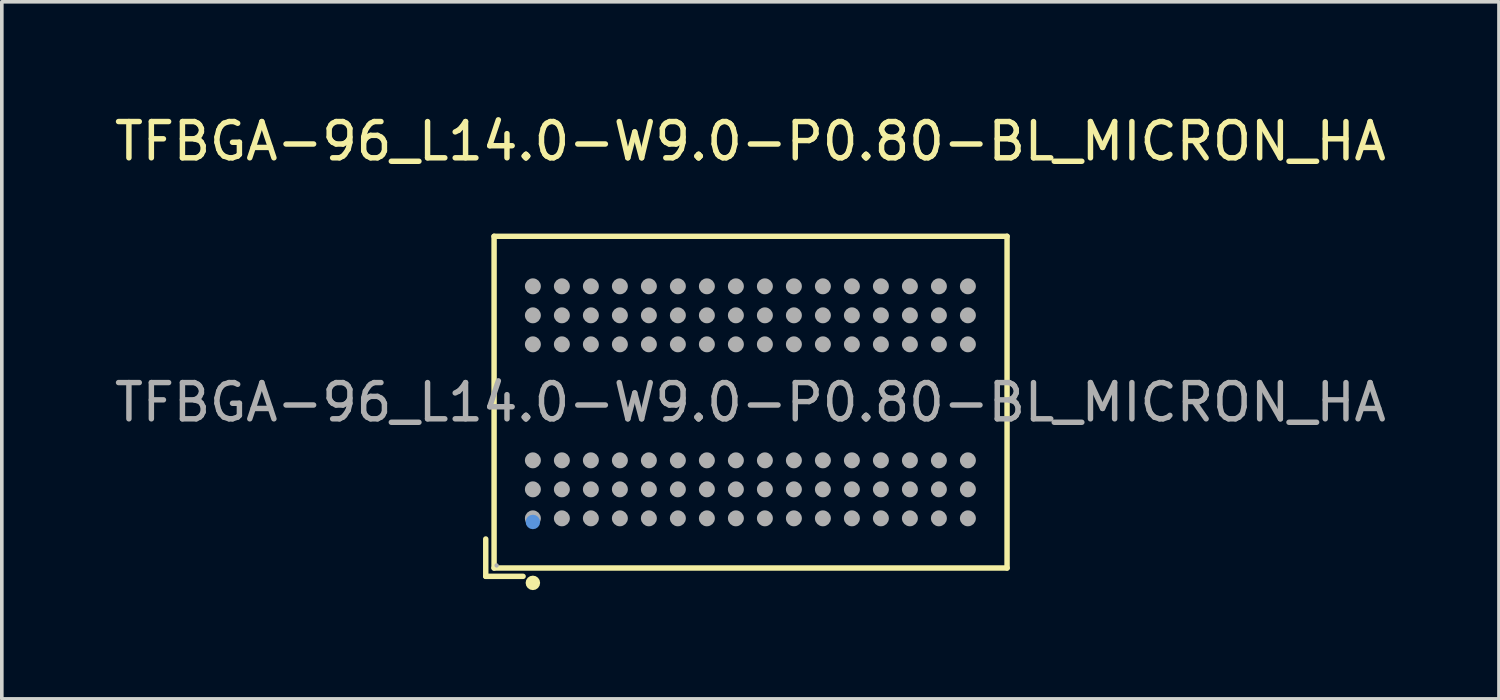
<source format=kicad_pcb>
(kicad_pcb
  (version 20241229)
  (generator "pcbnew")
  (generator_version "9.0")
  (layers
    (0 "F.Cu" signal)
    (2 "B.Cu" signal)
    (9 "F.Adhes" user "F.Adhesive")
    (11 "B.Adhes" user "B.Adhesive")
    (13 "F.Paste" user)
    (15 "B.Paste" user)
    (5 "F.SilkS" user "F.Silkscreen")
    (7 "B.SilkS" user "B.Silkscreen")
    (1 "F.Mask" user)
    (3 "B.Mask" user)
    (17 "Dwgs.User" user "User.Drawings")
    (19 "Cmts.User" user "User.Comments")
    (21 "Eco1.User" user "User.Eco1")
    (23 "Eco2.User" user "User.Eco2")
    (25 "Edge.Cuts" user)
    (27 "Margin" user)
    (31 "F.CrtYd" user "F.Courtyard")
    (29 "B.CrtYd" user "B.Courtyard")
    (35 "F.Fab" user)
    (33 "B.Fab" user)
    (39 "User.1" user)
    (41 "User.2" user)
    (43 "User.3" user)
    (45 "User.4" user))
  (footprint "TFBGA-96_L14.0-W9.0-P0.80-BL_MICRON_HA"
    (layer "F.Cu")
    (at 17.649 8.048)
    (property "Reference" "TFBGA-96_L14.0-W9.0-P0.80-BL_MICRON_HA" (at 0 -7.2 0) (layer "F.SilkS") (effects (font (size 1 1) (thickness 0.15))))
    (attr through_hole)
    (fp_line (start -7.3 3.77) (end -7.3 4.8) (stroke (width 0.15) (type solid)) (layer "F.SilkS"))
    (fp_line (start -7.3 4.8) (end -6.27 4.8) (stroke (width 0.15) (type solid)) (layer "F.SilkS"))
    (fp_line (start -7.07 -4.58) (end 7.08 -4.58) (stroke (width 0.15) (type solid)) (layer "F.SilkS"))
    (fp_line (start -7.07 4.57) (end -7.07 -4.58) (stroke (width 0.15) (type solid)) (layer "F.SilkS"))
    (fp_line (start 7.08 -4.58) (end 7.08 4.57) (stroke (width 0.15) (type solid)) (layer "F.SilkS"))
    (fp_line (start 7.08 4.57) (end -7.07 4.57) (stroke (width 0.15) (type solid)) (layer "F.SilkS"))
    (fp_circle (center -6 4.98) (end -5.9 4.98) (stroke (width 0.2) (type solid)) (fill no) (layer "F.SilkS"))
    (fp_circle (center -6 3.3) (end -5.9 3.3) (stroke (width 0.2) (type solid)) (fill no) (layer "Cmts.User"))
    (fp_circle (center -7 4.5) (end -6.97 4.5) (stroke (width 0.06) (type solid)) (fill no) (layer "F.Fab"))
    (fp_circle (center -6 -3.2) (end -5.89 -3.2) (stroke (width 0.22) (type solid)) (fill no) (layer "F.Fab"))
    (fp_circle (center -6 -2.4) (end -5.89 -2.4) (stroke (width 0.22) (type solid)) (fill no) (layer "F.Fab"))
    (fp_circle (center -6 -1.6) (end -5.89 -1.6) (stroke (width 0.22) (type solid)) (fill no) (layer "F.Fab"))
    (fp_circle (center -6 1.6) (end -5.89 1.6) (stroke (width 0.22) (type solid)) (fill no) (layer "F.Fab"))
    (fp_circle (center -6 2.4) (end -5.89 2.4) (stroke (width 0.22) (type solid)) (fill no) (layer "F.Fab"))
    (fp_circle (center -6 3.2) (end -5.89 3.2) (stroke (width 0.22) (type solid)) (fill no) (layer "F.Fab"))
    (fp_circle (center -5.2 -3.2) (end -5.09 -3.2) (stroke (width 0.22) (type solid)) (fill no) (layer "F.Fab"))
    (fp_circle (center -5.2 -2.4) (end -5.09 -2.4) (stroke (width 0.22) (type solid)) (fill no) (layer "F.Fab"))
    (fp_circle (center -5.2 -1.6) (end -5.09 -1.6) (stroke (width 0.22) (type solid)) (fill no) (layer "F.Fab"))
    (fp_circle (center -5.2 1.6) (end -5.09 1.6) (stroke (width 0.22) (type solid)) (fill no) (layer "F.Fab"))
    (fp_circle (center -5.2 2.4) (end -5.09 2.4) (stroke (width 0.22) (type solid)) (fill no) (layer "F.Fab"))
    (fp_circle (center -5.2 3.2) (end -5.09 3.2) (stroke (width 0.22) (type solid)) (fill no) (layer "F.Fab"))
    (fp_circle (center -4.4 -3.2) (end -4.29 -3.2) (stroke (width 0.22) (type solid)) (fill no) (layer "F.Fab"))
    (fp_circle (center -4.4 -2.4) (end -4.29 -2.4) (stroke (width 0.22) (type solid)) (fill no) (layer "F.Fab"))
    (fp_circle (center -4.4 -1.6) (end -4.29 -1.6) (stroke (width 0.22) (type solid)) (fill no) (layer "F.Fab"))
    (fp_circle (center -4.4 1.6) (end -4.29 1.6) (stroke (width 0.22) (type solid)) (fill no) (layer "F.Fab"))
    (fp_circle (center -4.4 2.4) (end -4.29 2.4) (stroke (width 0.22) (type solid)) (fill no) (layer "F.Fab"))
    (fp_circle (center -4.4 3.2) (end -4.29 3.2) (stroke (width 0.22) (type solid)) (fill no) (layer "F.Fab"))
    (fp_circle (center -3.6 -3.2) (end -3.49 -3.2) (stroke (width 0.22) (type solid)) (fill no) (layer "F.Fab"))
    (fp_circle (center -3.6 -2.4) (end -3.49 -2.4) (stroke (width 0.22) (type solid)) (fill no) (layer "F.Fab"))
    (fp_circle (center -3.6 -1.6) (end -3.49 -1.6) (stroke (width 0.22) (type solid)) (fill no) (layer "F.Fab"))
    (fp_circle (center -3.6 1.6) (end -3.49 1.6) (stroke (width 0.22) (type solid)) (fill no) (layer "F.Fab"))
    (fp_circle (center -3.6 2.4) (end -3.49 2.4) (stroke (width 0.22) (type solid)) (fill no) (layer "F.Fab"))
    (fp_circle (center -3.6 3.2) (end -3.49 3.2) (stroke (width 0.22) (type solid)) (fill no) (layer "F.Fab"))
    (fp_circle (center -2.8 -3.2) (end -2.69 -3.2) (stroke (width 0.22) (type solid)) (fill no) (layer "F.Fab"))
    (fp_circle (center -2.8 -2.4) (end -2.69 -2.4) (stroke (width 0.22) (type solid)) (fill no) (layer "F.Fab"))
    (fp_circle (center -2.8 -1.6) (end -2.69 -1.6) (stroke (width 0.22) (type solid)) (fill no) (layer "F.Fab"))
    (fp_circle (center -2.8 1.6) (end -2.69 1.6) (stroke (width 0.22) (type solid)) (fill no) (layer "F.Fab"))
    (fp_circle (center -2.8 2.4) (end -2.69 2.4) (stroke (width 0.22) (type solid)) (fill no) (layer "F.Fab"))
    (fp_circle (center -2.8 3.2) (end -2.69 3.2) (stroke (width 0.22) (type solid)) (fill no) (layer "F.Fab"))
    (fp_circle (center -2 -3.2) (end -1.89 -3.2) (stroke (width 0.22) (type solid)) (fill no) (layer "F.Fab"))
    (fp_circle (center -2 -2.4) (end -1.89 -2.4) (stroke (width 0.22) (type solid)) (fill no) (layer "F.Fab"))
    (fp_circle (center -2 -1.6) (end -1.89 -1.6) (stroke (width 0.22) (type solid)) (fill no) (layer "F.Fab"))
    (fp_circle (center -2 1.6) (end -1.89 1.6) (stroke (width 0.22) (type solid)) (fill no) (layer "F.Fab"))
    (fp_circle (center -2 2.4) (end -1.89 2.4) (stroke (width 0.22) (type solid)) (fill no) (layer "F.Fab"))
    (fp_circle (center -2 3.2) (end -1.89 3.2) (stroke (width 0.22) (type solid)) (fill no) (layer "F.Fab"))
    (fp_circle (center -1.2 -3.2) (end -1.09 -3.2) (stroke (width 0.22) (type solid)) (fill no) (layer "F.Fab"))
    (fp_circle (center -1.2 -2.4) (end -1.09 -2.4) (stroke (width 0.22) (type solid)) (fill no) (layer "F.Fab"))
    (fp_circle (center -1.2 -1.6) (end -1.09 -1.6) (stroke (width 0.22) (type solid)) (fill no) (layer "F.Fab"))
    (fp_circle (center -1.2 1.6) (end -1.09 1.6) (stroke (width 0.22) (type solid)) (fill no) (layer "F.Fab"))
    (fp_circle (center -1.2 2.4) (end -1.09 2.4) (stroke (width 0.22) (type solid)) (fill no) (layer "F.Fab"))
    (fp_circle (center -1.2 3.2) (end -1.09 3.2) (stroke (width 0.22) (type solid)) (fill no) (layer "F.Fab"))
    (fp_circle (center -0.4 -3.2) (end -0.29 -3.2) (stroke (width 0.22) (type solid)) (fill no) (layer "F.Fab"))
    (fp_circle (center -0.4 -2.4) (end -0.29 -2.4) (stroke (width 0.22) (type solid)) (fill no) (layer "F.Fab"))
    (fp_circle (center -0.4 -1.6) (end -0.29 -1.6) (stroke (width 0.22) (type solid)) (fill no) (layer "F.Fab"))
    (fp_circle (center -0.4 1.6) (end -0.29 1.6) (stroke (width 0.22) (type solid)) (fill no) (layer "F.Fab"))
    (fp_circle (center -0.4 2.4) (end -0.29 2.4) (stroke (width 0.22) (type solid)) (fill no) (layer "F.Fab"))
    (fp_circle (center -0.4 3.2) (end -0.29 3.2) (stroke (width 0.22) (type solid)) (fill no) (layer "F.Fab"))
    (fp_circle (center 0.4 -3.2) (end 0.51 -3.2) (stroke (width 0.22) (type solid)) (fill no) (layer "F.Fab"))
    (fp_circle (center 0.4 -2.4) (end 0.51 -2.4) (stroke (width 0.22) (type solid)) (fill no) (layer "F.Fab"))
    (fp_circle (center 0.4 -1.6) (end 0.51 -1.6) (stroke (width 0.22) (type solid)) (fill no) (layer "F.Fab"))
    (fp_circle (center 0.4 1.6) (end 0.51 1.6) (stroke (width 0.22) (type solid)) (fill no) (layer "F.Fab"))
    (fp_circle (center 0.4 2.4) (end 0.51 2.4) (stroke (width 0.22) (type solid)) (fill no) (layer "F.Fab"))
    (fp_circle (center 0.4 3.2) (end 0.51 3.2) (stroke (width 0.22) (type solid)) (fill no) (layer "F.Fab"))
    (fp_circle (center 1.2 -3.2) (end 1.31 -3.2) (stroke (width 0.22) (type solid)) (fill no) (layer "F.Fab"))
    (fp_circle (center 1.2 -2.4) (end 1.31 -2.4) (stroke (width 0.22) (type solid)) (fill no) (layer "F.Fab"))
    (fp_circle (center 1.2 -1.6) (end 1.31 -1.6) (stroke (width 0.22) (type solid)) (fill no) (layer "F.Fab"))
    (fp_circle (center 1.2 1.6) (end 1.31 1.6) (stroke (width 0.22) (type solid)) (fill no) (layer "F.Fab"))
    (fp_circle (center 1.2 2.4) (end 1.31 2.4) (stroke (width 0.22) (type solid)) (fill no) (layer "F.Fab"))
    (fp_circle (center 1.2 3.2) (end 1.31 3.2) (stroke (width 0.22) (type solid)) (fill no) (layer "F.Fab"))
    (fp_circle (center 2 -3.2) (end 2.11 -3.2) (stroke (width 0.22) (type solid)) (fill no) (layer "F.Fab"))
    (fp_circle (center 2 -2.4) (end 2.11 -2.4) (stroke (width 0.22) (type solid)) (fill no) (layer "F.Fab"))
    (fp_circle (center 2 -1.6) (end 2.11 -1.6) (stroke (width 0.22) (type solid)) (fill no) (layer "F.Fab"))
    (fp_circle (center 2 1.6) (end 2.11 1.6) (stroke (width 0.22) (type solid)) (fill no) (layer "F.Fab"))
    (fp_circle (center 2 2.4) (end 2.11 2.4) (stroke (width 0.22) (type solid)) (fill no) (layer "F.Fab"))
    (fp_circle (center 2 3.2) (end 2.11 3.2) (stroke (width 0.22) (type solid)) (fill no) (layer "F.Fab"))
    (fp_circle (center 2.8 -3.2) (end 2.91 -3.2) (stroke (width 0.22) (type solid)) (fill no) (layer "F.Fab"))
    (fp_circle (center 2.8 -2.4) (end 2.91 -2.4) (stroke (width 0.22) (type solid)) (fill no) (layer "F.Fab"))
    (fp_circle (center 2.8 -1.6) (end 2.91 -1.6) (stroke (width 0.22) (type solid)) (fill no) (layer "F.Fab"))
    (fp_circle (center 2.8 1.6) (end 2.91 1.6) (stroke (width 0.22) (type solid)) (fill no) (layer "F.Fab"))
    (fp_circle (center 2.8 2.4) (end 2.91 2.4) (stroke (width 0.22) (type solid)) (fill no) (layer "F.Fab"))
    (fp_circle (center 2.8 3.2) (end 2.91 3.2) (stroke (width 0.22) (type solid)) (fill no) (layer "F.Fab"))
    (fp_circle (center 3.6 -3.2) (end 3.71 -3.2) (stroke (width 0.22) (type solid)) (fill no) (layer "F.Fab"))
    (fp_circle (center 3.6 -2.4) (end 3.71 -2.4) (stroke (width 0.22) (type solid)) (fill no) (layer "F.Fab"))
    (fp_circle (center 3.6 -1.6) (end 3.71 -1.6) (stroke (width 0.22) (type solid)) (fill no) (layer "F.Fab"))
    (fp_circle (center 3.6 1.6) (end 3.71 1.6) (stroke (width 0.22) (type solid)) (fill no) (layer "F.Fab"))
    (fp_circle (center 3.6 2.4) (end 3.71 2.4) (stroke (width 0.22) (type solid)) (fill no) (layer "F.Fab"))
    (fp_circle (center 3.6 3.2) (end 3.71 3.2) (stroke (width 0.22) (type solid)) (fill no) (layer "F.Fab"))
    (fp_circle (center 4.4 -3.2) (end 4.51 -3.2) (stroke (width 0.22) (type solid)) (fill no) (layer "F.Fab"))
    (fp_circle (center 4.4 -2.4) (end 4.51 -2.4) (stroke (width 0.22) (type solid)) (fill no) (layer "F.Fab"))
    (fp_circle (center 4.4 -1.6) (end 4.51 -1.6) (stroke (width 0.22) (type solid)) (fill no) (layer "F.Fab"))
    (fp_circle (center 4.4 1.6) (end 4.51 1.6) (stroke (width 0.22) (type solid)) (fill no) (layer "F.Fab"))
    (fp_circle (center 4.4 2.4) (end 4.51 2.4) (stroke (width 0.22) (type solid)) (fill no) (layer "F.Fab"))
    (fp_circle (center 4.4 3.2) (end 4.51 3.2) (stroke (width 0.22) (type solid)) (fill no) (layer "F.Fab"))
    (fp_circle (center 5.2 -3.2) (end 5.31 -3.2) (stroke (width 0.22) (type solid)) (fill no) (layer "F.Fab"))
    (fp_circle (center 5.2 -2.4) (end 5.31 -2.4) (stroke (width 0.22) (type solid)) (fill no) (layer "F.Fab"))
    (fp_circle (center 5.2 -1.6) (end 5.31 -1.6) (stroke (width 0.22) (type solid)) (fill no) (layer "F.Fab"))
    (fp_circle (center 5.2 1.6) (end 5.31 1.6) (stroke (width 0.22) (type solid)) (fill no) (layer "F.Fab"))
    (fp_circle (center 5.2 2.4) (end 5.31 2.4) (stroke (width 0.22) (type solid)) (fill no) (layer "F.Fab"))
    (fp_circle (center 5.2 3.2) (end 5.31 3.2) (stroke (width 0.22) (type solid)) (fill no) (layer "F.Fab"))
    (fp_circle (center 6 -3.2) (end 6.11 -3.2) (stroke (width 0.22) (type solid)) (fill no) (layer "F.Fab"))
    (fp_circle (center 6 -2.4) (end 6.11 -2.4) (stroke (width 0.22) (type solid)) (fill no) (layer "F.Fab"))
    (fp_circle (center 6 -1.6) (end 6.11 -1.6) (stroke (width 0.22) (type solid)) (fill no) (layer "F.Fab"))
    (fp_circle (center 6 1.6) (end 6.11 1.6) (stroke (width 0.22) (type solid)) (fill no) (layer "F.Fab"))
    (fp_circle (center 6 2.4) (end 6.11 2.4) (stroke (width 0.22) (type solid)) (fill no) (layer "F.Fab"))
    (fp_circle (center 6 3.2) (end 6.11 3.2) (stroke (width 0.22) (type solid)) (fill no) (layer "F.Fab"))
    (fp_text user "${REFERENCE}" (at 0 0 0) (layer "F.Fab") (effects (font (size 1 1) (thickness 0.15))))
    (pad "A1" smd circle (at -6 3.2) (size 0.36 0.36) (layers "F.Cu" "F.Mask" "F.Paste"))
    (pad "A2" smd circle (at -6 2.4) (size 0.36 0.36) (layers "F.Cu" "F.Mask" "F.Paste"))
    (pad "A3" smd circle (at -6 1.6) (size 0.36 0.36) (layers "F.Cu" "F.Mask" "F.Paste"))
    (pad "A7" smd circle (at -6 -1.6) (size 0.36 0.36) (layers "F.Cu" "F.Mask" "F.Paste"))
    (pad "A8" smd circle (at -6 -2.4) (size 0.36 0.36) (layers "F.Cu" "F.Mask" "F.Paste"))
    (pad "A9" smd circle (at -6 -3.2) (size 0.36 0.36) (layers "F.Cu" "F.Mask" "F.Paste"))
    (pad "B1" smd circle (at -5.2 3.2) (size 0.36 0.36) (layers "F.Cu" "F.Mask" "F.Paste"))
    (pad "B2" smd circle (at -5.2 2.4) (size 0.36 0.36) (layers "F.Cu" "F.Mask" "F.Paste"))
    (pad "B3" smd circle (at -5.2 1.6) (size 0.36 0.36) (layers "F.Cu" "F.Mask" "F.Paste"))
    (pad "B7" smd circle (at -5.2 -1.6) (size 0.36 0.36) (layers "F.Cu" "F.Mask" "F.Paste"))
    (pad "B8" smd circle (at -5.2 -2.4) (size 0.36 0.36) (layers "F.Cu" "F.Mask" "F.Paste"))
    (pad "B9" smd circle (at -5.2 -3.2) (size 0.36 0.36) (layers "F.Cu" "F.Mask" "F.Paste"))
    (pad "C1" smd circle (at -4.4 3.2) (size 0.36 0.36) (layers "F.Cu" "F.Mask" "F.Paste"))
    (pad "C2" smd circle (at -4.4 2.4) (size 0.36 0.36) (layers "F.Cu" "F.Mask" "F.Paste"))
    (pad "C3" smd circle (at -4.4 1.6) (size 0.36 0.36) (layers "F.Cu" "F.Mask" "F.Paste"))
    (pad "C7" smd circle (at -4.4 -1.6) (size 0.36 0.36) (layers "F.Cu" "F.Mask" "F.Paste"))
    (pad "C8" smd circle (at -4.4 -2.4) (size 0.36 0.36) (layers "F.Cu" "F.Mask" "F.Paste"))
    (pad "C9" smd circle (at -4.4 -3.2) (size 0.36 0.36) (layers "F.Cu" "F.Mask" "F.Paste"))
    (pad "D1" smd circle (at -3.6 3.2) (size 0.36 0.36) (layers "F.Cu" "F.Mask" "F.Paste"))
    (pad "D2" smd circle (at -3.6 2.4) (size 0.36 0.36) (layers "F.Cu" "F.Mask" "F.Paste"))
    (pad "D3" smd circle (at -3.6 1.6) (size 0.36 0.36) (layers "F.Cu" "F.Mask" "F.Paste"))
    (pad "D7" smd circle (at -3.6 -1.6) (size 0.36 0.36) (layers "F.Cu" "F.Mask" "F.Paste"))
    (pad "D8" smd circle (at -3.6 -2.4) (size 0.36 0.36) (layers "F.Cu" "F.Mask" "F.Paste"))
    (pad "D9" smd circle (at -3.6 -3.2) (size 0.36 0.36) (layers "F.Cu" "F.Mask" "F.Paste"))
    (pad "E1" smd circle (at -2.8 3.2) (size 0.36 0.36) (layers "F.Cu" "F.Mask" "F.Paste"))
    (pad "E2" smd circle (at -2.8 2.4) (size 0.36 0.36) (layers "F.Cu" "F.Mask" "F.Paste"))
    (pad "E3" smd circle (at -2.8 1.6) (size 0.36 0.36) (layers "F.Cu" "F.Mask" "F.Paste"))
    (pad "E7" smd circle (at -2.8 -1.6) (size 0.36 0.36) (layers "F.Cu" "F.Mask" "F.Paste"))
    (pad "E8" smd circle (at -2.8 -2.4) (size 0.36 0.36) (layers "F.Cu" "F.Mask" "F.Paste"))
    (pad "E9" smd circle (at -2.8 -3.2) (size 0.36 0.36) (layers "F.Cu" "F.Mask" "F.Paste"))
    (pad "F1" smd circle (at -2 3.2) (size 0.36 0.36) (layers "F.Cu" "F.Mask" "F.Paste"))
    (pad "F2" smd circle (at -2 2.4) (size 0.36 0.36) (layers "F.Cu" "F.Mask" "F.Paste"))
    (pad "F3" smd circle (at -2 1.6) (size 0.36 0.36) (layers "F.Cu" "F.Mask" "F.Paste"))
    (pad "F7" smd circle (at -2 -1.6) (size 0.36 0.36) (layers "F.Cu" "F.Mask" "F.Paste"))
    (pad "F8" smd circle (at -2 -2.4) (size 0.36 0.36) (layers "F.Cu" "F.Mask" "F.Paste"))
    (pad "F9" smd circle (at -2 -3.2) (size 0.36 0.36) (layers "F.Cu" "F.Mask" "F.Paste"))
    (pad "G1" smd circle (at -1.2 3.2) (size 0.36 0.36) (layers "F.Cu" "F.Mask" "F.Paste"))
    (pad "G2" smd circle (at -1.2 2.4) (size 0.36 0.36) (layers "F.Cu" "F.Mask" "F.Paste"))
    (pad "G3" smd circle (at -1.2 1.6) (size 0.36 0.36) (layers "F.Cu" "F.Mask" "F.Paste"))
    (pad "G7" smd circle (at -1.2 -1.6) (size 0.36 0.36) (layers "F.Cu" "F.Mask" "F.Paste"))
    (pad "G8" smd circle (at -1.2 -2.4) (size 0.36 0.36) (layers "F.Cu" "F.Mask" "F.Paste"))
    (pad "G9" smd circle (at -1.2 -3.2) (size 0.36 0.36) (layers "F.Cu" "F.Mask" "F.Paste"))
    (pad "H1" smd circle (at -0.4 3.2) (size 0.36 0.36) (layers "F.Cu" "F.Mask" "F.Paste"))
    (pad "H2" smd circle (at -0.4 2.4) (size 0.36 0.36) (layers "F.Cu" "F.Mask" "F.Paste"))
    (pad "H3" smd circle (at -0.4 1.6) (size 0.36 0.36) (layers "F.Cu" "F.Mask" "F.Paste"))
    (pad "H7" smd circle (at -0.4 -1.6) (size 0.36 0.36) (layers "F.Cu" "F.Mask" "F.Paste"))
    (pad "H8" smd circle (at -0.4 -2.4) (size 0.36 0.36) (layers "F.Cu" "F.Mask" "F.Paste"))
    (pad "H9" smd circle (at -0.4 -3.2) (size 0.36 0.36) (layers "F.Cu" "F.Mask" "F.Paste"))
    (pad "J1" smd circle (at 0.4 3.2) (size 0.36 0.36) (layers "F.Cu" "F.Mask" "F.Paste"))
    (pad "J2" smd circle (at 0.4 2.4) (size 0.36 0.36) (layers "F.Cu" "F.Mask" "F.Paste"))
    (pad "J3" smd circle (at 0.4 1.6) (size 0.36 0.36) (layers "F.Cu" "F.Mask" "F.Paste"))
    (pad "J7" smd circle (at 0.4 -1.6) (size 0.36 0.36) (layers "F.Cu" "F.Mask" "F.Paste"))
    (pad "J8" smd circle (at 0.4 -2.4) (size 0.36 0.36) (layers "F.Cu" "F.Mask" "F.Paste"))
    (pad "J9" smd circle (at 0.4 -3.2) (size 0.36 0.36) (layers "F.Cu" "F.Mask" "F.Paste"))
    (pad "K1" smd circle (at 1.2 3.2) (size 0.36 0.36) (layers "F.Cu" "F.Mask" "F.Paste"))
    (pad "K2" smd circle (at 1.2 2.4) (size 0.36 0.36) (layers "F.Cu" "F.Mask" "F.Paste"))
    (pad "K3" smd circle (at 1.2 1.6) (size 0.36 0.36) (layers "F.Cu" "F.Mask" "F.Paste"))
    (pad "K7" smd circle (at 1.2 -1.6) (size 0.36 0.36) (layers "F.Cu" "F.Mask" "F.Paste"))
    (pad "K8" smd circle (at 1.2 -2.4) (size 0.36 0.36) (layers "F.Cu" "F.Mask" "F.Paste"))
    (pad "K9" smd circle (at 1.2 -3.2) (size 0.36 0.36) (layers "F.Cu" "F.Mask" "F.Paste"))
    (pad "L1" smd circle (at 2 3.2) (size 0.36 0.36) (layers "F.Cu" "F.Mask" "F.Paste"))
    (pad "L2" smd circle (at 2 2.4) (size 0.36 0.36) (layers "F.Cu" "F.Mask" "F.Paste"))
    (pad "L3" smd circle (at 2 1.6) (size 0.36 0.36) (layers "F.Cu" "F.Mask" "F.Paste"))
    (pad "L7" smd circle (at 2 -1.6) (size 0.36 0.36) (layers "F.Cu" "F.Mask" "F.Paste"))
    (pad "L8" smd circle (at 2 -2.4) (size 0.36 0.36) (layers "F.Cu" "F.Mask" "F.Paste"))
    (pad "L9" smd circle (at 2 -3.2) (size 0.36 0.36) (layers "F.Cu" "F.Mask" "F.Paste"))
    (pad "M1" smd circle (at 2.8 3.2) (size 0.36 0.36) (layers "F.Cu" "F.Mask" "F.Paste"))
    (pad "M2" smd circle (at 2.8 2.4) (size 0.36 0.36) (layers "F.Cu" "F.Mask" "F.Paste"))
    (pad "M3" smd circle (at 2.8 1.6) (size 0.36 0.36) (layers "F.Cu" "F.Mask" "F.Paste"))
    (pad "M7" smd circle (at 2.8 -1.6) (size 0.36 0.36) (layers "F.Cu" "F.Mask" "F.Paste"))
    (pad "M8" smd circle (at 2.8 -2.4) (size 0.36 0.36) (layers "F.Cu" "F.Mask" "F.Paste"))
    (pad "M9" smd circle (at 2.8 -3.2) (size 0.36 0.36) (layers "F.Cu" "F.Mask" "F.Paste"))
    (pad "N1" smd circle (at 3.6 3.2) (size 0.36 0.36) (layers "F.Cu" "F.Mask" "F.Paste"))
    (pad "N2" smd circle (at 3.6 2.4) (size 0.36 0.36) (layers "F.Cu" "F.Mask" "F.Paste"))
    (pad "N3" smd circle (at 3.6 1.6) (size 0.36 0.36) (layers "F.Cu" "F.Mask" "F.Paste"))
    (pad "N7" smd circle (at 3.6 -1.6) (size 0.36 0.36) (layers "F.Cu" "F.Mask" "F.Paste"))
    (pad "N8" smd circle (at 3.6 -2.4) (size 0.36 0.36) (layers "F.Cu" "F.Mask" "F.Paste"))
    (pad "N9" smd circle (at 3.6 -3.2) (size 0.36 0.36) (layers "F.Cu" "F.Mask" "F.Paste"))
    (pad "P1" smd circle (at 4.4 3.2) (size 0.36 0.36) (layers "F.Cu" "F.Mask" "F.Paste"))
    (pad "P2" smd circle (at 4.4 2.4) (size 0.36 0.36) (layers "F.Cu" "F.Mask" "F.Paste"))
    (pad "P3" smd circle (at 4.4 1.6) (size 0.36 0.36) (layers "F.Cu" "F.Mask" "F.Paste"))
    (pad "P7" smd circle (at 4.4 -1.6) (size 0.36 0.36) (layers "F.Cu" "F.Mask" "F.Paste"))
    (pad "P8" smd circle (at 4.4 -2.4) (size 0.36 0.36) (layers "F.Cu" "F.Mask" "F.Paste"))
    (pad "P9" smd circle (at 4.4 -3.2) (size 0.36 0.36) (layers "F.Cu" "F.Mask" "F.Paste"))
    (pad "R1" smd circle (at 5.2 3.2) (size 0.36 0.36) (layers "F.Cu" "F.Mask" "F.Paste"))
    (pad "R2" smd circle (at 5.2 2.4) (size 0.36 0.36) (layers "F.Cu" "F.Mask" "F.Paste"))
    (pad "R3" smd circle (at 5.2 1.6) (size 0.36 0.36) (layers "F.Cu" "F.Mask" "F.Paste"))
    (pad "R7" smd circle (at 5.2 -1.6) (size 0.36 0.36) (layers "F.Cu" "F.Mask" "F.Paste"))
    (pad "R8" smd circle (at 5.2 -2.4) (size 0.36 0.36) (layers "F.Cu" "F.Mask" "F.Paste"))
    (pad "R9" smd circle (at 5.2 -3.2) (size 0.36 0.36) (layers "F.Cu" "F.Mask" "F.Paste"))
    (pad "T1" smd circle (at 6 3.2) (size 0.36 0.36) (layers "F.Cu" "F.Mask" "F.Paste"))
    (pad "T2" smd circle (at 6 2.4) (size 0.36 0.36) (layers "F.Cu" "F.Mask" "F.Paste"))
    (pad "T3" smd circle (at 6 1.6) (size 0.36 0.36) (layers "F.Cu" "F.Mask" "F.Paste"))
    (pad "T7" smd circle (at 6 -1.6) (size 0.36 0.36) (layers "F.Cu" "F.Mask" "F.Paste"))
    (pad "T8" smd circle (at 6 -2.4) (size 0.36 0.36) (layers "F.Cu" "F.Mask" "F.Paste"))
    (pad "T9" smd circle (at 6 -3.2) (size 0.36 0.36) (layers "F.Cu" "F.Mask" "F.Paste")))
  (gr_rect
    (start -3 -3)
    (end 38.298 16.228)
    (stroke (width 0.1) (type default))
    (fill no)
    (layer "Edge.Cuts")))
</source>
